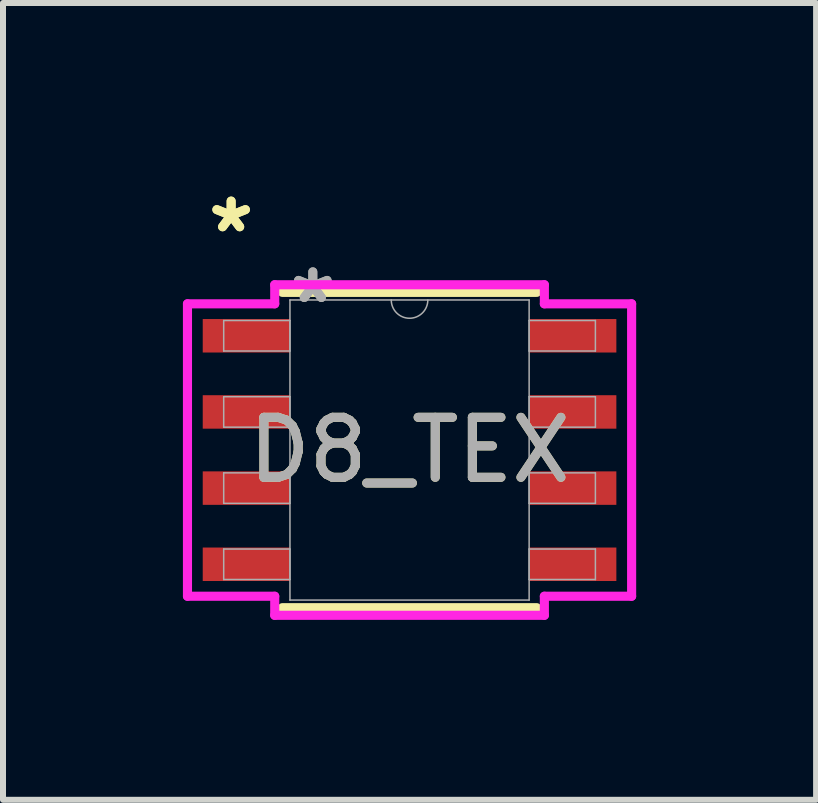
<source format=kicad_pcb>
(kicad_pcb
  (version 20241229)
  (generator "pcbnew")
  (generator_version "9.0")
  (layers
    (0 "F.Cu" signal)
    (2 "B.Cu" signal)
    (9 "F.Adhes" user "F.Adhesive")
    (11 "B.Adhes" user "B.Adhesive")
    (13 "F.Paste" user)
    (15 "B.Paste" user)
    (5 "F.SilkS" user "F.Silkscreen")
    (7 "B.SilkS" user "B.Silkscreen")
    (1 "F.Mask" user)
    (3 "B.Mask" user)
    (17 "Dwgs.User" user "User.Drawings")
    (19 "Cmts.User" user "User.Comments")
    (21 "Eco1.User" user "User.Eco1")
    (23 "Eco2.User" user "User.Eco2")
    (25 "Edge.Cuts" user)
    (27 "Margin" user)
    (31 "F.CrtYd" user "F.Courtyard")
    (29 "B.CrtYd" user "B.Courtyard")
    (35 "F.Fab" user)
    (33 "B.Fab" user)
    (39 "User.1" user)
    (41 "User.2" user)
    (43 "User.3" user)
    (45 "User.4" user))
  (footprint "D8_TEX"
    (layer "F.Cu")
    (at 3.779 4.454)
    (property "Reference" "D8_TEX" (at 0 0 0) (unlocked yes) (layer "F.SilkS") (effects (font (size 1 1) (thickness 0.15))))
    (attr smd)
    (fp_line (start -2.121 2.629) (end 2.121 2.629) (stroke (width 0.152) (type solid)) (layer "F.SilkS"))
    (fp_line (start 2.121 -2.629) (end -2.121 -2.629) (stroke (width 0.152) (type solid)) (layer "F.SilkS"))
    (fp_line (start -3.703 -2.438) (end -2.248 -2.438) (stroke (width 0.152) (type solid)) (layer "F.CrtYd"))
    (fp_line (start -3.703 2.438) (end -3.703 -2.438) (stroke (width 0.152) (type solid)) (layer "F.CrtYd"))
    (fp_line (start -3.703 2.438) (end -2.248 2.438) (stroke (width 0.152) (type solid)) (layer "F.CrtYd"))
    (fp_line (start -2.248 -2.756) (end 2.248 -2.756) (stroke (width 0.152) (type solid)) (layer "F.CrtYd"))
    (fp_line (start -2.248 -2.438) (end -2.248 -2.756) (stroke (width 0.152) (type solid)) (layer "F.CrtYd"))
    (fp_line (start -2.248 2.756) (end -2.248 2.438) (stroke (width 0.152) (type solid)) (layer "F.CrtYd"))
    (fp_line (start 2.248 -2.756) (end 2.248 -2.438) (stroke (width 0.152) (type solid)) (layer "F.CrtYd"))
    (fp_line (start 2.248 2.438) (end 2.248 2.756) (stroke (width 0.152) (type solid)) (layer "F.CrtYd"))
    (fp_line (start 2.248 2.756) (end -2.248 2.756) (stroke (width 0.152) (type solid)) (layer "F.CrtYd"))
    (fp_line (start 3.703 -2.438) (end 2.248 -2.438) (stroke (width 0.152) (type solid)) (layer "F.CrtYd"))
    (fp_line (start 3.703 -2.438) (end 3.703 2.438) (stroke (width 0.152) (type solid)) (layer "F.CrtYd"))
    (fp_line (start 3.703 2.438) (end 2.248 2.438) (stroke (width 0.152) (type solid)) (layer "F.CrtYd"))
    (fp_line (start -3.099 -2.159) (end -3.099 -1.651) (stroke (width 0.025) (type solid)) (layer "F.Fab"))
    (fp_line (start -3.099 -1.651) (end -1.994 -1.651) (stroke (width 0.025) (type solid)) (layer "F.Fab"))
    (fp_line (start -3.099 -0.889) (end -3.099 -0.381) (stroke (width 0.025) (type solid)) (layer "F.Fab"))
    (fp_line (start -3.099 -0.381) (end -1.994 -0.381) (stroke (width 0.025) (type solid)) (layer "F.Fab"))
    (fp_line (start -3.099 0.381) (end -3.099 0.889) (stroke (width 0.025) (type solid)) (layer "F.Fab"))
    (fp_line (start -3.099 0.889) (end -1.994 0.889) (stroke (width 0.025) (type solid)) (layer "F.Fab"))
    (fp_line (start -3.099 1.651) (end -3.099 2.159) (stroke (width 0.025) (type solid)) (layer "F.Fab"))
    (fp_line (start -3.099 2.159) (end -1.994 2.159) (stroke (width 0.025) (type solid)) (layer "F.Fab"))
    (fp_line (start -1.994 -2.502) (end -1.994 2.502) (stroke (width 0.025) (type solid)) (layer "F.Fab"))
    (fp_line (start -1.994 -2.159) (end -3.099 -2.159) (stroke (width 0.025) (type solid)) (layer "F.Fab"))
    (fp_line (start -1.994 -1.651) (end -1.994 -2.159) (stroke (width 0.025) (type solid)) (layer "F.Fab"))
    (fp_line (start -1.994 -0.889) (end -3.099 -0.889) (stroke (width 0.025) (type solid)) (layer "F.Fab"))
    (fp_line (start -1.994 -0.381) (end -1.994 -0.889) (stroke (width 0.025) (type solid)) (layer "F.Fab"))
    (fp_line (start -1.994 0.381) (end -3.099 0.381) (stroke (width 0.025) (type solid)) (layer "F.Fab"))
    (fp_line (start -1.994 0.889) (end -1.994 0.381) (stroke (width 0.025) (type solid)) (layer "F.Fab"))
    (fp_line (start -1.994 1.651) (end -3.099 1.651) (stroke (width 0.025) (type solid)) (layer "F.Fab"))
    (fp_line (start -1.994 2.159) (end -1.994 1.651) (stroke (width 0.025) (type solid)) (layer "F.Fab"))
    (fp_line (start -1.994 2.502) (end 1.994 2.502) (stroke (width 0.025) (type solid)) (layer "F.Fab"))
    (fp_line (start 1.994 -2.502) (end -1.994 -2.502) (stroke (width 0.025) (type solid)) (layer "F.Fab"))
    (fp_line (start 1.994 -2.159) (end 1.994 -1.651) (stroke (width 0.025) (type solid)) (layer "F.Fab"))
    (fp_line (start 1.994 -1.651) (end 3.099 -1.651) (stroke (width 0.025) (type solid)) (layer "F.Fab"))
    (fp_line (start 1.994 -0.889) (end 1.994 -0.381) (stroke (width 0.025) (type solid)) (layer "F.Fab"))
    (fp_line (start 1.994 -0.381) (end 3.099 -0.381) (stroke (width 0.025) (type solid)) (layer "F.Fab"))
    (fp_line (start 1.994 0.381) (end 1.994 0.889) (stroke (width 0.025) (type solid)) (layer "F.Fab"))
    (fp_line (start 1.994 0.889) (end 3.099 0.889) (stroke (width 0.025) (type solid)) (layer "F.Fab"))
    (fp_line (start 1.994 1.651) (end 1.994 2.159) (stroke (width 0.025) (type solid)) (layer "F.Fab"))
    (fp_line (start 1.994 2.159) (end 3.099 2.159) (stroke (width 0.025) (type solid)) (layer "F.Fab"))
    (fp_line (start 1.994 2.502) (end 1.994 -2.502) (stroke (width 0.025) (type solid)) (layer "F.Fab"))
    (fp_line (start 3.099 -2.159) (end 1.994 -2.159) (stroke (width 0.025) (type solid)) (layer "F.Fab"))
    (fp_line (start 3.099 -1.651) (end 3.099 -2.159) (stroke (width 0.025) (type solid)) (layer "F.Fab"))
    (fp_line (start 3.099 -0.889) (end 1.994 -0.889) (stroke (width 0.025) (type solid)) (layer "F.Fab"))
    (fp_line (start 3.099 -0.381) (end 3.099 -0.889) (stroke (width 0.025) (type solid)) (layer "F.Fab"))
    (fp_line (start 3.099 0.381) (end 1.994 0.381) (stroke (width 0.025) (type solid)) (layer "F.Fab"))
    (fp_line (start 3.099 0.889) (end 3.099 0.381) (stroke (width 0.025) (type solid)) (layer "F.Fab"))
    (fp_line (start 3.099 1.651) (end 1.994 1.651) (stroke (width 0.025) (type solid)) (layer "F.Fab"))
    (fp_line (start 3.099 2.159) (end 3.099 1.651) (stroke (width 0.025) (type solid)) (layer "F.Fab"))
    (fp_arc (start 0.3048 -2.5019) (mid 0 -2.1971) (end -0.3048 -2.5019) (stroke (width 0.0254) (type solid)) (layer "F.Fab"))
    (fp_text user "*" (at -2.975 -3.606 0) (unlocked yes) (layer "F.SilkS") (effects (font (size 1 1) (thickness 0.15))))
    (fp_text user "*" (at -2.975 -3.606 0) (layer "F.SilkS") (effects (font (size 1 1) (thickness 0.15))))
    (fp_text user "*" (at -1.613 -2.426 0) (unlocked yes) (layer "F.Fab") (effects (font (size 1 1) (thickness 0.15))))
    (fp_text user "*" (at -1.613 -2.426 0) (layer "F.Fab") (effects (font (size 1 1) (thickness 0.15))))
    (fp_text user "${REFERENCE}" (at 0 0 0) (unlocked yes) (layer "F.Fab") (effects (font (size 1 1) (thickness 0.15))))
    (pad "1" smd rect (at -2.721 -1.905) (size 1.455 0.558) (layers "F.Cu" "F.Mask" "F.Paste"))
    (pad "2" smd rect (at -2.721 -0.635) (size 1.455 0.558) (layers "F.Cu" "F.Mask" "F.Paste"))
    (pad "3" smd rect (at -2.721 0.635) (size 1.455 0.558) (layers "F.Cu" "F.Mask" "F.Paste"))
    (pad "4" smd rect (at -2.721 1.905) (size 1.455 0.558) (layers "F.Cu" "F.Mask" "F.Paste"))
    (pad "5" smd rect (at 2.721 1.905) (size 1.455 0.558) (layers "F.Cu" "F.Mask" "F.Paste"))
    (pad "6" smd rect (at 2.721 0.635) (size 1.455 0.558) (layers "F.Cu" "F.Mask" "F.Paste"))
    (pad "7" smd rect (at 2.721 -0.635) (size 1.455 0.558) (layers "F.Cu" "F.Mask" "F.Paste"))
    (pad "8" smd rect (at 2.721 -1.905) (size 1.455 0.558) (layers "F.Cu" "F.Mask" "F.Paste")))
  (gr_rect
    (start -3 -3)
    (end 10.558 10.286)
    (stroke (width 0.1) (type default))
    (fill no)
    (layer "Edge.Cuts")))
</source>
